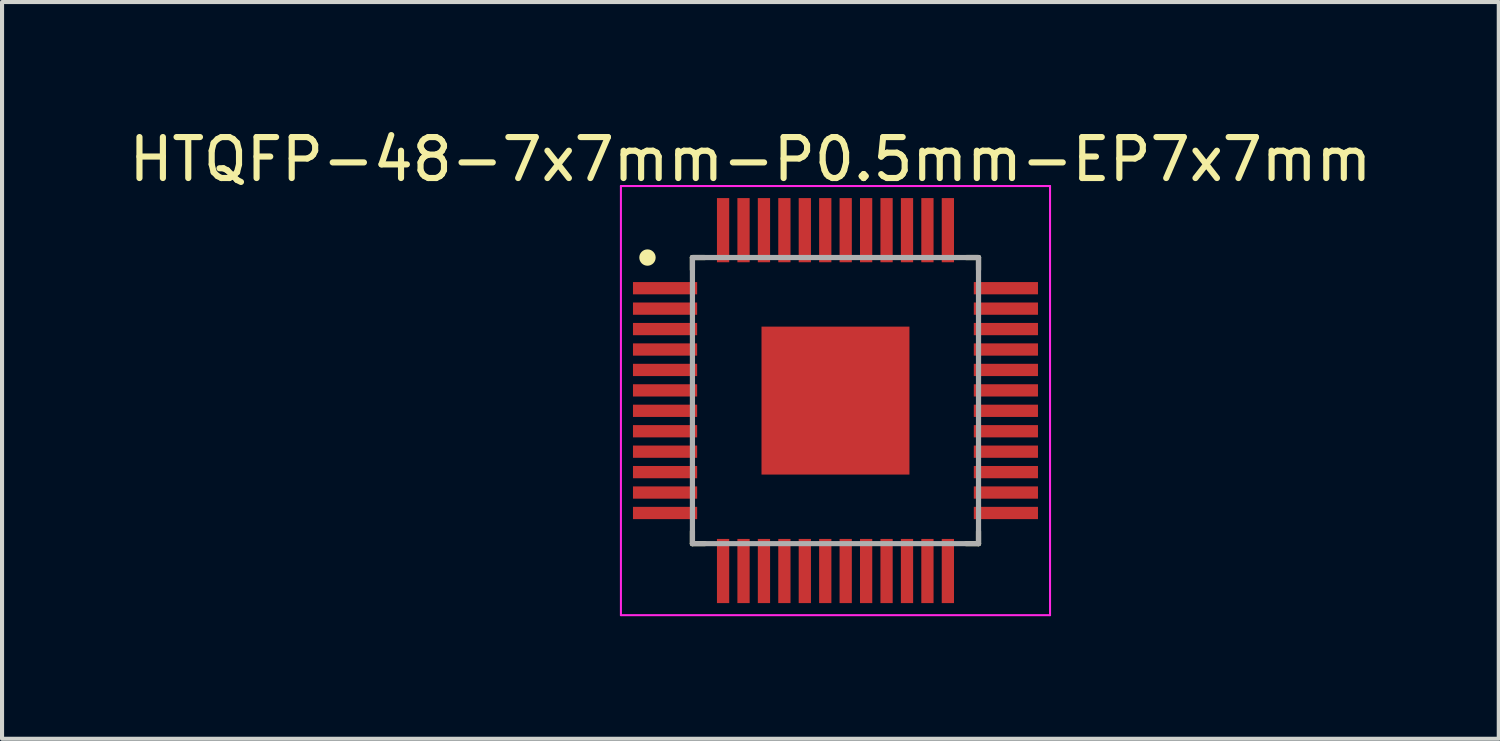
<source format=kicad_pcb>
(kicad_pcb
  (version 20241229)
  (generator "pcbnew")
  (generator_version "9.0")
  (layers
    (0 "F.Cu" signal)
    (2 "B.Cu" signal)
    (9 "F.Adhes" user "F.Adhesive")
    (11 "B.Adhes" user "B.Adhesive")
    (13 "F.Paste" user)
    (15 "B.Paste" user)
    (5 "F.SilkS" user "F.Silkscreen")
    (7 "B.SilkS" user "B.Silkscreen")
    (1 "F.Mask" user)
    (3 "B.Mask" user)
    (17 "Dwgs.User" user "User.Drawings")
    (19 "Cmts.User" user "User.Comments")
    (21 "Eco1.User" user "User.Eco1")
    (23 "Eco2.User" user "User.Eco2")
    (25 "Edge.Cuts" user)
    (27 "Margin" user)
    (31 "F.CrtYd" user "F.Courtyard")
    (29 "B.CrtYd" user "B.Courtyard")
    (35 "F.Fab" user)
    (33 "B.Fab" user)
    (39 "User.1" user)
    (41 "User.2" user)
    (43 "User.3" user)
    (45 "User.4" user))
  (footprint "HTQFP-48-7x7mm-P0.5mm-EP7x7mm"
    (layer "F.Cu")
    (at 17.393 6.752)
    (property "Reference" "HTQFP-48-7x7mm-P0.5mm-EP7x7mm" (at -2.081 -5.902 0) (layer "F.SilkS") (effects (font (size 1.003 1.003) (thickness 0.15))))
    (attr smd)
    (fp_line (start -3.5 -3.5) (end -3.5 -3.2) (stroke (width 0.127) (type solid)) (layer "F.SilkS"))
    (fp_line (start -3.5 3.2) (end -3.5 3.5) (stroke (width 0.127) (type solid)) (layer "F.SilkS"))
    (fp_line (start -3.5 3.5) (end -3.2 3.5) (stroke (width 0.127) (type solid)) (layer "F.SilkS"))
    (fp_line (start -3.2 -3.5) (end -3.5 -3.5) (stroke (width 0.127) (type solid)) (layer "F.SilkS"))
    (fp_line (start 3.2 3.5) (end 3.5 3.5) (stroke (width 0.127) (type solid)) (layer "F.SilkS"))
    (fp_line (start 3.5 -3.5) (end 3.2 -3.5) (stroke (width 0.127) (type solid)) (layer "F.SilkS"))
    (fp_line (start 3.5 -3.2) (end 3.5 -3.5) (stroke (width 0.127) (type solid)) (layer "F.SilkS"))
    (fp_line (start 3.5 3.5) (end 3.5 3.2) (stroke (width 0.127) (type solid)) (layer "F.SilkS"))
    (fp_circle (center -4.6 -3.5) (end -4.5 -3.5) (stroke (width 0.2) (type solid)) (fill no) (layer "F.SilkS"))
    (fp_poly (pts (xy -1.201 -1.2) (xy 1.2 -1.2) (xy 1.2 1.201) (xy -1.201 1.201)) (stroke (width 0.01) (type solid)) (fill yes) (layer "F.Paste"))
    (fp_line (start -5.25 -5.25) (end 5.25 -5.25) (stroke (width 0.05) (type solid)) (layer "F.CrtYd"))
    (fp_line (start -5.25 5.25) (end -5.25 -5.25) (stroke (width 0.05) (type solid)) (layer "F.CrtYd"))
    (fp_line (start 5.25 -5.25) (end 5.25 5.25) (stroke (width 0.05) (type solid)) (layer "F.CrtYd"))
    (fp_line (start 5.25 5.25) (end -5.25 5.25) (stroke (width 0.05) (type solid)) (layer "F.CrtYd"))
    (fp_line (start -3.5 -3.5) (end 3.5 -3.5) (stroke (width 0.127) (type solid)) (layer "F.Fab"))
    (fp_line (start -3.5 3.5) (end -3.5 -3.5) (stroke (width 0.127) (type solid)) (layer "F.Fab"))
    (fp_line (start 3.5 -3.5) (end 3.5 3.5) (stroke (width 0.127) (type solid)) (layer "F.Fab"))
    (fp_line (start 3.5 3.5) (end -3.5 3.5) (stroke (width 0.127) (type solid)) (layer "F.Fab"))
    (pad "1" smd rect (at -4.17 -2.75) (size 1.57 0.3) (layers "F.Cu" "F.Mask" "F.Paste"))
    (pad "2" smd rect (at -4.17 -2.25) (size 1.57 0.3) (layers "F.Cu" "F.Mask" "F.Paste"))
    (pad "3" smd rect (at -4.17 -1.75) (size 1.57 0.3) (layers "F.Cu" "F.Mask" "F.Paste"))
    (pad "4" smd rect (at -4.17 -1.25) (size 1.57 0.3) (layers "F.Cu" "F.Mask" "F.Paste"))
    (pad "5" smd rect (at -4.17 -0.75) (size 1.57 0.3) (layers "F.Cu" "F.Mask" "F.Paste"))
    (pad "6" smd rect (at -4.17 -0.25) (size 1.57 0.3) (layers "F.Cu" "F.Mask" "F.Paste"))
    (pad "7" smd rect (at -4.17 0.25) (size 1.57 0.3) (layers "F.Cu" "F.Mask" "F.Paste"))
    (pad "8" smd rect (at -4.17 0.75) (size 1.57 0.3) (layers "F.Cu" "F.Mask" "F.Paste"))
    (pad "9" smd rect (at -4.17 1.25) (size 1.57 0.3) (layers "F.Cu" "F.Mask" "F.Paste"))
    (pad "10" smd rect (at -4.17 1.75) (size 1.57 0.3) (layers "F.Cu" "F.Mask" "F.Paste"))
    (pad "11" smd rect (at -4.17 2.25) (size 1.57 0.3) (layers "F.Cu" "F.Mask" "F.Paste"))
    (pad "12" smd rect (at -4.17 2.75) (size 1.57 0.3) (layers "F.Cu" "F.Mask" "F.Paste"))
    (pad "13" smd rect (at -2.75 4.17) (size 0.3 1.57) (layers "F.Cu" "F.Mask" "F.Paste"))
    (pad "14" smd rect (at -2.25 4.17) (size 0.3 1.57) (layers "F.Cu" "F.Mask" "F.Paste"))
    (pad "15" smd rect (at -1.75 4.17) (size 0.3 1.57) (layers "F.Cu" "F.Mask" "F.Paste"))
    (pad "16" smd rect (at -1.25 4.17) (size 0.3 1.57) (layers "F.Cu" "F.Mask" "F.Paste"))
    (pad "17" smd rect (at -0.75 4.17) (size 0.3 1.57) (layers "F.Cu" "F.Mask" "F.Paste"))
    (pad "18" smd rect (at -0.25 4.17) (size 0.3 1.57) (layers "F.Cu" "F.Mask" "F.Paste"))
    (pad "19" smd rect (at 0.25 4.17) (size 0.3 1.57) (layers "F.Cu" "F.Mask" "F.Paste"))
    (pad "20" smd rect (at 0.75 4.17) (size 0.3 1.57) (layers "F.Cu" "F.Mask" "F.Paste"))
    (pad "21" smd rect (at 1.25 4.17) (size 0.3 1.57) (layers "F.Cu" "F.Mask" "F.Paste"))
    (pad "22" smd rect (at 1.75 4.17) (size 0.3 1.57) (layers "F.Cu" "F.Mask" "F.Paste"))
    (pad "23" smd rect (at 2.25 4.17) (size 0.3 1.57) (layers "F.Cu" "F.Mask" "F.Paste"))
    (pad "24" smd rect (at 2.75 4.17) (size 0.3 1.57) (layers "F.Cu" "F.Mask" "F.Paste"))
    (pad "25" smd rect (at 4.17 2.75) (size 1.57 0.3) (layers "F.Cu" "F.Mask" "F.Paste"))
    (pad "26" smd rect (at 4.17 2.25) (size 1.57 0.3) (layers "F.Cu" "F.Mask" "F.Paste"))
    (pad "27" smd rect (at 4.17 1.75) (size 1.57 0.3) (layers "F.Cu" "F.Mask" "F.Paste"))
    (pad "28" smd rect (at 4.17 1.25) (size 1.57 0.3) (layers "F.Cu" "F.Mask" "F.Paste"))
    (pad "29" smd rect (at 4.17 0.75) (size 1.57 0.3) (layers "F.Cu" "F.Mask" "F.Paste"))
    (pad "30" smd rect (at 4.17 0.25) (size 1.57 0.3) (layers "F.Cu" "F.Mask" "F.Paste"))
    (pad "31" smd rect (at 4.17 -0.25) (size 1.57 0.3) (layers "F.Cu" "F.Mask" "F.Paste"))
    (pad "32" smd rect (at 4.17 -0.75) (size 1.57 0.3) (layers "F.Cu" "F.Mask" "F.Paste"))
    (pad "33" smd rect (at 4.17 -1.25) (size 1.57 0.3) (layers "F.Cu" "F.Mask" "F.Paste"))
    (pad "34" smd rect (at 4.17 -1.75) (size 1.57 0.3) (layers "F.Cu" "F.Mask" "F.Paste"))
    (pad "35" smd rect (at 4.17 -2.25) (size 1.57 0.3) (layers "F.Cu" "F.Mask" "F.Paste"))
    (pad "36" smd rect (at 4.17 -2.75) (size 1.57 0.3) (layers "F.Cu" "F.Mask" "F.Paste"))
    (pad "37" smd rect (at 2.75 -4.17) (size 0.3 1.57) (layers "F.Cu" "F.Mask" "F.Paste"))
    (pad "38" smd rect (at 2.25 -4.17) (size 0.3 1.57) (layers "F.Cu" "F.Mask" "F.Paste"))
    (pad "39" smd rect (at 1.75 -4.17) (size 0.3 1.57) (layers "F.Cu" "F.Mask" "F.Paste"))
    (pad "40" smd rect (at 1.25 -4.17) (size 0.3 1.57) (layers "F.Cu" "F.Mask" "F.Paste"))
    (pad "41" smd rect (at 0.75 -4.17) (size 0.3 1.57) (layers "F.Cu" "F.Mask" "F.Paste"))
    (pad "42" smd rect (at 0.25 -4.17) (size 0.3 1.57) (layers "F.Cu" "F.Mask" "F.Paste"))
    (pad "43" smd rect (at -0.25 -4.17) (size 0.3 1.57) (layers "F.Cu" "F.Mask" "F.Paste"))
    (pad "44" smd rect (at -0.75 -4.17) (size 0.3 1.57) (layers "F.Cu" "F.Mask" "F.Paste"))
    (pad "45" smd rect (at -1.25 -4.17) (size 0.3 1.57) (layers "F.Cu" "F.Mask" "F.Paste"))
    (pad "46" smd rect (at -1.75 -4.17) (size 0.3 1.57) (layers "F.Cu" "F.Mask" "F.Paste"))
    (pad "47" smd rect (at -2.25 -4.17) (size 0.3 1.57) (layers "F.Cu" "F.Mask" "F.Paste"))
    (pad "48" smd rect (at -2.75 -4.17) (size 0.3 1.57) (layers "F.Cu" "F.Mask" "F.Paste"))
    (pad "49" smd rect (at 0 0) (size 3.62 3.62) (layers "F.Cu" "F.Mask")))
  (gr_rect
    (start -3 -3)
    (end 33.623 15.027)
    (stroke (width 0.1) (type default))
    (fill no)
    (layer "Edge.Cuts")))
</source>
